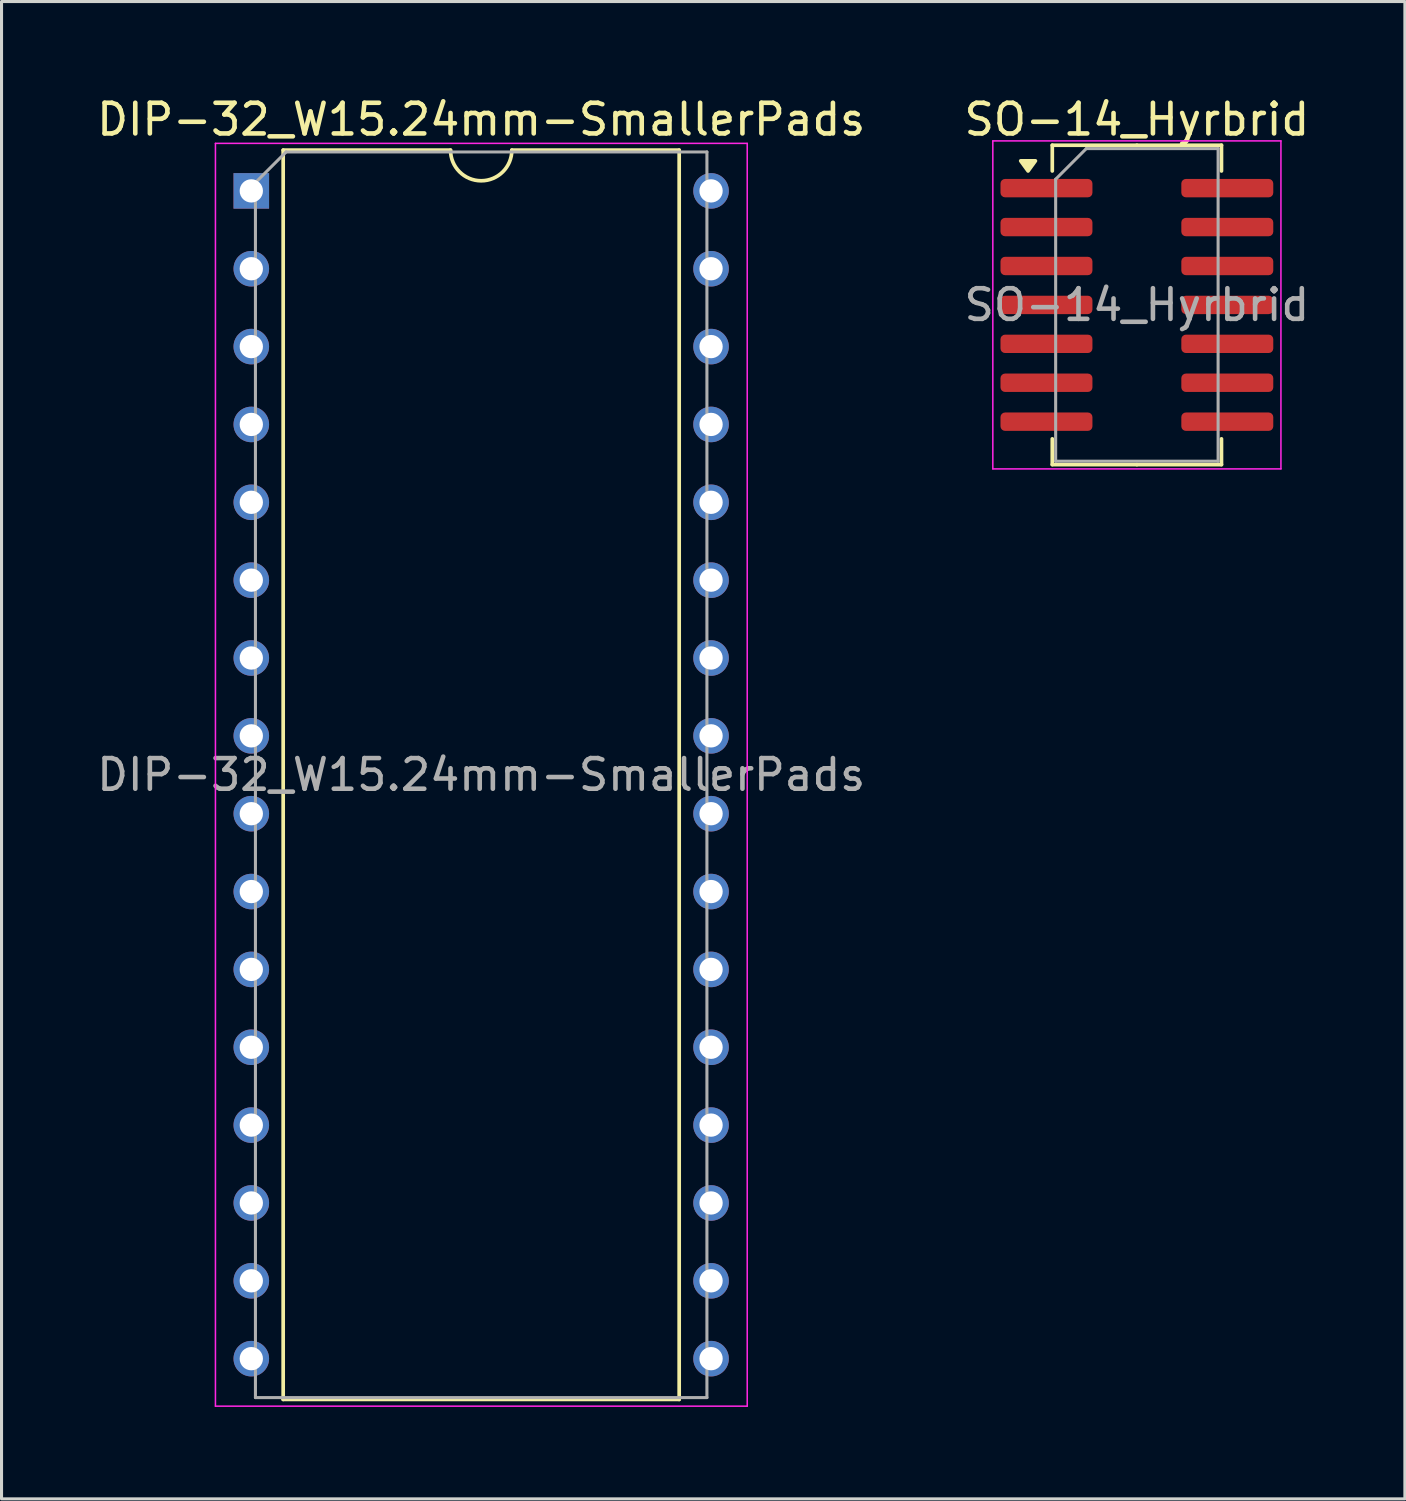
<source format=kicad_pcb>
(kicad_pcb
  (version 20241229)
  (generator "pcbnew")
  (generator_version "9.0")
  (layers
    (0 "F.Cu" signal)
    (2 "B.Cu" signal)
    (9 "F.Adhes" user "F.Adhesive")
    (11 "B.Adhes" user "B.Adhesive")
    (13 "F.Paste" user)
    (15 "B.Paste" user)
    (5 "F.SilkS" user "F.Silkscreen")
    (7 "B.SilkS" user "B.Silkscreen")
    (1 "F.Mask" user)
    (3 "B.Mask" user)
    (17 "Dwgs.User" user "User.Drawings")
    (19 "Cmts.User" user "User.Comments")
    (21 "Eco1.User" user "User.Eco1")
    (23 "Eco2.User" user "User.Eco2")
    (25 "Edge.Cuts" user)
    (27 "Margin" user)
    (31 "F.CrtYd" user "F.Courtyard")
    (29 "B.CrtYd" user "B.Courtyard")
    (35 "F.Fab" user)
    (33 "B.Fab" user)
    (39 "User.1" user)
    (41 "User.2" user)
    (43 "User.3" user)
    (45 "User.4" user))
  (footprint "DIP-32_W15.24mm-SmallerPads"
    (layer "F.Cu")
    (at 12.649 22.228)
    (property "Reference" "DIP-32_W15.24mm-SmallerPads" (at 0 -21.38 0) (layer "F.SilkS") (effects (font (size 1 1) (thickness 0.15))))
    (attr through_hole)
    (fp_line (start -6.46 -20.38) (end -6.46 20.38) (stroke (width 0.12) (type solid)) (layer "F.SilkS"))
    (fp_line (start -6.46 20.38) (end 6.46 20.38) (stroke (width 0.12) (type solid)) (layer "F.SilkS"))
    (fp_line (start -1 -20.38) (end -6.46 -20.38) (stroke (width 0.12) (type solid)) (layer "F.SilkS"))
    (fp_line (start 6.46 -20.38) (end 1 -20.38) (stroke (width 0.12) (type solid)) (layer "F.SilkS"))
    (fp_line (start 6.46 20.38) (end 6.46 -20.38) (stroke (width 0.12) (type solid)) (layer "F.SilkS"))
    (fp_arc (start 1 -20.38) (mid 0 -19.38) (end -1 -20.38) (stroke (width 0.12) (type solid)) (layer "F.SilkS"))
    (fp_line (start -8.67 -20.6) (end -8.67 20.6) (stroke (width 0.05) (type solid)) (layer "F.CrtYd"))
    (fp_line (start -8.67 20.6) (end 8.68 20.6) (stroke (width 0.05) (type solid)) (layer "F.CrtYd"))
    (fp_line (start 8.68 -20.6) (end -8.67 -20.6) (stroke (width 0.05) (type solid)) (layer "F.CrtYd"))
    (fp_line (start 8.68 20.6) (end 8.68 -20.6) (stroke (width 0.05) (type solid)) (layer "F.CrtYd"))
    (fp_line (start -7.365 -19.32) (end -6.365 -20.32) (stroke (width 0.1) (type solid)) (layer "F.Fab"))
    (fp_line (start -7.365 20.32) (end -7.365 -19.32) (stroke (width 0.1) (type solid)) (layer "F.Fab"))
    (fp_line (start -6.365 -20.32) (end 7.365 -20.32) (stroke (width 0.1) (type solid)) (layer "F.Fab"))
    (fp_line (start 7.365 -20.32) (end 7.365 20.32) (stroke (width 0.1) (type solid)) (layer "F.Fab"))
    (fp_line (start 7.365 20.32) (end -7.365 20.32) (stroke (width 0.1) (type solid)) (layer "F.Fab"))
    (fp_text user "${REFERENCE}" (at 0 0 0) (layer "F.Fab") (effects (font (size 1 1) (thickness 0.15))))
    (pad "1" thru_hole rect (at -7.5 -19.05) (size 1.16 1.16) (drill 0.76) (layers "*.Cu" "*.Mask"))
    (pad "2" thru_hole oval (at -7.5 -16.51) (size 1.16 1.16) (drill 0.76) (layers "*.Cu" "*.Mask"))
    (pad "3" thru_hole oval (at -7.5 -13.97) (size 1.16 1.16) (drill 0.76) (layers "*.Cu" "*.Mask"))
    (pad "4" thru_hole oval (at -7.5 -11.43) (size 1.16 1.16) (drill 0.76) (layers "*.Cu" "*.Mask"))
    (pad "5" thru_hole oval (at -7.5 -8.89) (size 1.16 1.16) (drill 0.76) (layers "*.Cu" "*.Mask"))
    (pad "6" thru_hole oval (at -7.5 -6.35) (size 1.16 1.16) (drill 0.76) (layers "*.Cu" "*.Mask"))
    (pad "7" thru_hole oval (at -7.5 -3.81) (size 1.16 1.16) (drill 0.76) (layers "*.Cu" "*.Mask"))
    (pad "8" thru_hole oval (at -7.5 -1.27) (size 1.16 1.16) (drill 0.76) (layers "*.Cu" "*.Mask"))
    (pad "9" thru_hole oval (at -7.5 1.27) (size 1.16 1.16) (drill 0.76) (layers "*.Cu" "*.Mask"))
    (pad "10" thru_hole oval (at -7.5 3.81) (size 1.16 1.16) (drill 0.76) (layers "*.Cu" "*.Mask"))
    (pad "11" thru_hole oval (at -7.5 6.35) (size 1.16 1.16) (drill 0.76) (layers "*.Cu" "*.Mask"))
    (pad "12" thru_hole oval (at -7.5 8.89) (size 1.16 1.16) (drill 0.76) (layers "*.Cu" "*.Mask"))
    (pad "13" thru_hole oval (at -7.5 11.43) (size 1.16 1.16) (drill 0.76) (layers "*.Cu" "*.Mask"))
    (pad "14" thru_hole oval (at -7.5 13.97) (size 1.16 1.16) (drill 0.76) (layers "*.Cu" "*.Mask"))
    (pad "15" thru_hole oval (at -7.5 16.51) (size 1.16 1.16) (drill 0.76) (layers "*.Cu" "*.Mask"))
    (pad "16" thru_hole oval (at -7.5 19.05) (size 1.16 1.16) (drill 0.76) (layers "*.Cu" "*.Mask"))
    (pad "17" thru_hole oval (at 7.5 19.05) (size 1.16 1.16) (drill 0.76) (layers "*.Cu" "*.Mask"))
    (pad "18" thru_hole oval (at 7.5 16.51) (size 1.16 1.16) (drill 0.76) (layers "*.Cu" "*.Mask"))
    (pad "19" thru_hole oval (at 7.5 13.97) (size 1.16 1.16) (drill 0.76) (layers "*.Cu" "*.Mask"))
    (pad "20" thru_hole oval (at 7.5 11.43) (size 1.16 1.16) (drill 0.76) (layers "*.Cu" "*.Mask"))
    (pad "21" thru_hole oval (at 7.5 8.89) (size 1.16 1.16) (drill 0.76) (layers "*.Cu" "*.Mask"))
    (pad "22" thru_hole oval (at 7.5 6.35) (size 1.16 1.16) (drill 0.76) (layers "*.Cu" "*.Mask"))
    (pad "23" thru_hole oval (at 7.5 3.81) (size 1.16 1.16) (drill 0.76) (layers "*.Cu" "*.Mask"))
    (pad "24" thru_hole oval (at 7.5 1.27) (size 1.16 1.16) (drill 0.76) (layers "*.Cu" "*.Mask"))
    (pad "25" thru_hole oval (at 7.5 -1.27) (size 1.16 1.16) (drill 0.76) (layers "*.Cu" "*.Mask"))
    (pad "26" thru_hole oval (at 7.5 -3.81) (size 1.16 1.16) (drill 0.76) (layers "*.Cu" "*.Mask"))
    (pad "27" thru_hole oval (at 7.5 -6.35) (size 1.16 1.16) (drill 0.76) (layers "*.Cu" "*.Mask"))
    (pad "28" thru_hole oval (at 7.5 -8.89) (size 1.16 1.16) (drill 0.76) (layers "*.Cu" "*.Mask"))
    (pad "29" thru_hole oval (at 7.5 -11.43) (size 1.16 1.16) (drill 0.76) (layers "*.Cu" "*.Mask"))
    (pad "30" thru_hole oval (at 7.5 -13.97) (size 1.16 1.16) (drill 0.76) (layers "*.Cu" "*.Mask"))
    (pad "31" thru_hole oval (at 7.5 -16.51) (size 1.16 1.16) (drill 0.76) (layers "*.Cu" "*.Mask"))
    (pad "32" thru_hole oval (at 7.5 -19.05) (size 1.16 1.16) (drill 0.76) (layers "*.Cu" "*.Mask")))
  (footprint "SO-14_Hyrbrid"
    (layer "F.Cu")
    (at 34.042 6.898)
    (property "Reference" "SO-14_Hyrbrid" (at 0 -6.05 0) (layer "F.SilkS") (effects (font (size 1 1) (thickness 0.15))))
    (attr smd)
    (fp_line (start -2.76 -5.21) (end -2.76 -4.37) (stroke (width 0.12) (type solid)) (layer "F.SilkS"))
    (fp_line (start -2.76 5.21) (end -2.76 4.37) (stroke (width 0.12) (type solid)) (layer "F.SilkS"))
    (fp_line (start 0 -5.21) (end -2.76 -5.21) (stroke (width 0.12) (type solid)) (layer "F.SilkS"))
    (fp_line (start 0 -5.21) (end 2.76 -5.21) (stroke (width 0.12) (type solid)) (layer "F.SilkS"))
    (fp_line (start 0 5.21) (end -2.76 5.21) (stroke (width 0.12) (type solid)) (layer "F.SilkS"))
    (fp_line (start 0 5.21) (end 2.76 5.21) (stroke (width 0.12) (type solid)) (layer "F.SilkS"))
    (fp_line (start 2.76 -5.21) (end 2.76 -4.37) (stroke (width 0.12) (type solid)) (layer "F.SilkS"))
    (fp_line (start 2.76 5.21) (end 2.76 4.37) (stroke (width 0.12) (type solid)) (layer "F.SilkS"))
    (fp_poly (pts (xy -3.55 -4.37) (xy -3.79 -4.7) (xy -3.31 -4.7) (xy -3.55 -4.37)) (stroke (width 0.12) (type solid)) (fill yes) (layer "F.SilkS"))
    (fp_line (start -4.7 -5.35) (end -4.7 5.35) (stroke (width 0.05) (type solid)) (layer "F.CrtYd"))
    (fp_line (start -4.7 5.35) (end 4.7 5.35) (stroke (width 0.05) (type solid)) (layer "F.CrtYd"))
    (fp_line (start 4.7 -5.35) (end -4.7 -5.35) (stroke (width 0.05) (type solid)) (layer "F.CrtYd"))
    (fp_line (start 4.7 5.35) (end 4.7 -5.35) (stroke (width 0.05) (type solid)) (layer "F.CrtYd"))
    (fp_line (start -2.65 -4.1) (end -1.65 -5.1) (stroke (width 0.1) (type solid)) (layer "F.Fab"))
    (fp_line (start -2.65 5.1) (end -2.65 -4.1) (stroke (width 0.1) (type solid)) (layer "F.Fab"))
    (fp_line (start -1.65 -5.1) (end 2.65 -5.1) (stroke (width 0.1) (type solid)) (layer "F.Fab"))
    (fp_line (start 2.65 -5.1) (end 2.65 5.1) (stroke (width 0.1) (type solid)) (layer "F.Fab"))
    (fp_line (start 2.65 5.1) (end -2.65 5.1) (stroke (width 0.1) (type solid)) (layer "F.Fab"))
    (fp_text user "${REFERENCE}" (at 0 0 0) (layer "F.Fab") (effects (font (size 1 1) (thickness 0.15))))
    (pad "1" smd roundrect (at -2.95 -3.81) (size 3 0.6) (layers "F.Cu" "F.Mask" "F.Paste") (roundrect_rratio 0.25))
    (pad "2" smd roundrect (at -2.95 -2.54) (size 3 0.6) (layers "F.Cu" "F.Mask" "F.Paste") (roundrect_rratio 0.25))
    (pad "3" smd roundrect (at -2.95 -1.27) (size 3 0.6) (layers "F.Cu" "F.Mask" "F.Paste") (roundrect_rratio 0.25))
    (pad "4" smd roundrect (at -2.95 0) (size 3 0.6) (layers "F.Cu" "F.Mask" "F.Paste") (roundrect_rratio 0.25))
    (pad "5" smd roundrect (at -2.95 1.27) (size 3 0.6) (layers "F.Cu" "F.Mask" "F.Paste") (roundrect_rratio 0.25))
    (pad "6" smd roundrect (at -2.95 2.54) (size 3 0.6) (layers "F.Cu" "F.Mask" "F.Paste") (roundrect_rratio 0.25))
    (pad "7" smd roundrect (at -2.95 3.81) (size 3 0.6) (layers "F.Cu" "F.Mask" "F.Paste") (roundrect_rratio 0.25))
    (pad "8" smd roundrect (at 2.95 3.81) (size 3 0.6) (layers "F.Cu" "F.Mask" "F.Paste") (roundrect_rratio 0.25))
    (pad "9" smd roundrect (at 2.95 2.54) (size 3 0.6) (layers "F.Cu" "F.Mask" "F.Paste") (roundrect_rratio 0.25))
    (pad "10" smd roundrect (at 2.95 1.27) (size 3 0.6) (layers "F.Cu" "F.Mask" "F.Paste") (roundrect_rratio 0.25))
    (pad "11" smd roundrect (at 2.95 0) (size 3 0.6) (layers "F.Cu" "F.Mask" "F.Paste") (roundrect_rratio 0.25))
    (pad "12" smd roundrect (at 2.95 -1.27) (size 3 0.6) (layers "F.Cu" "F.Mask" "F.Paste") (roundrect_rratio 0.25))
    (pad "13" smd roundrect (at 2.95 -2.54) (size 3 0.6) (layers "F.Cu" "F.Mask" "F.Paste") (roundrect_rratio 0.25))
    (pad "14" smd roundrect (at 2.95 -3.81) (size 3 0.6) (layers "F.Cu" "F.Mask" "F.Paste") (roundrect_rratio 0.25)))
  (gr_rect
    (start -3 -3)
    (end 42.786 45.853)
    (stroke (width 0.1) (type default))
    (fill no)
    (layer "Edge.Cuts")))
</source>
